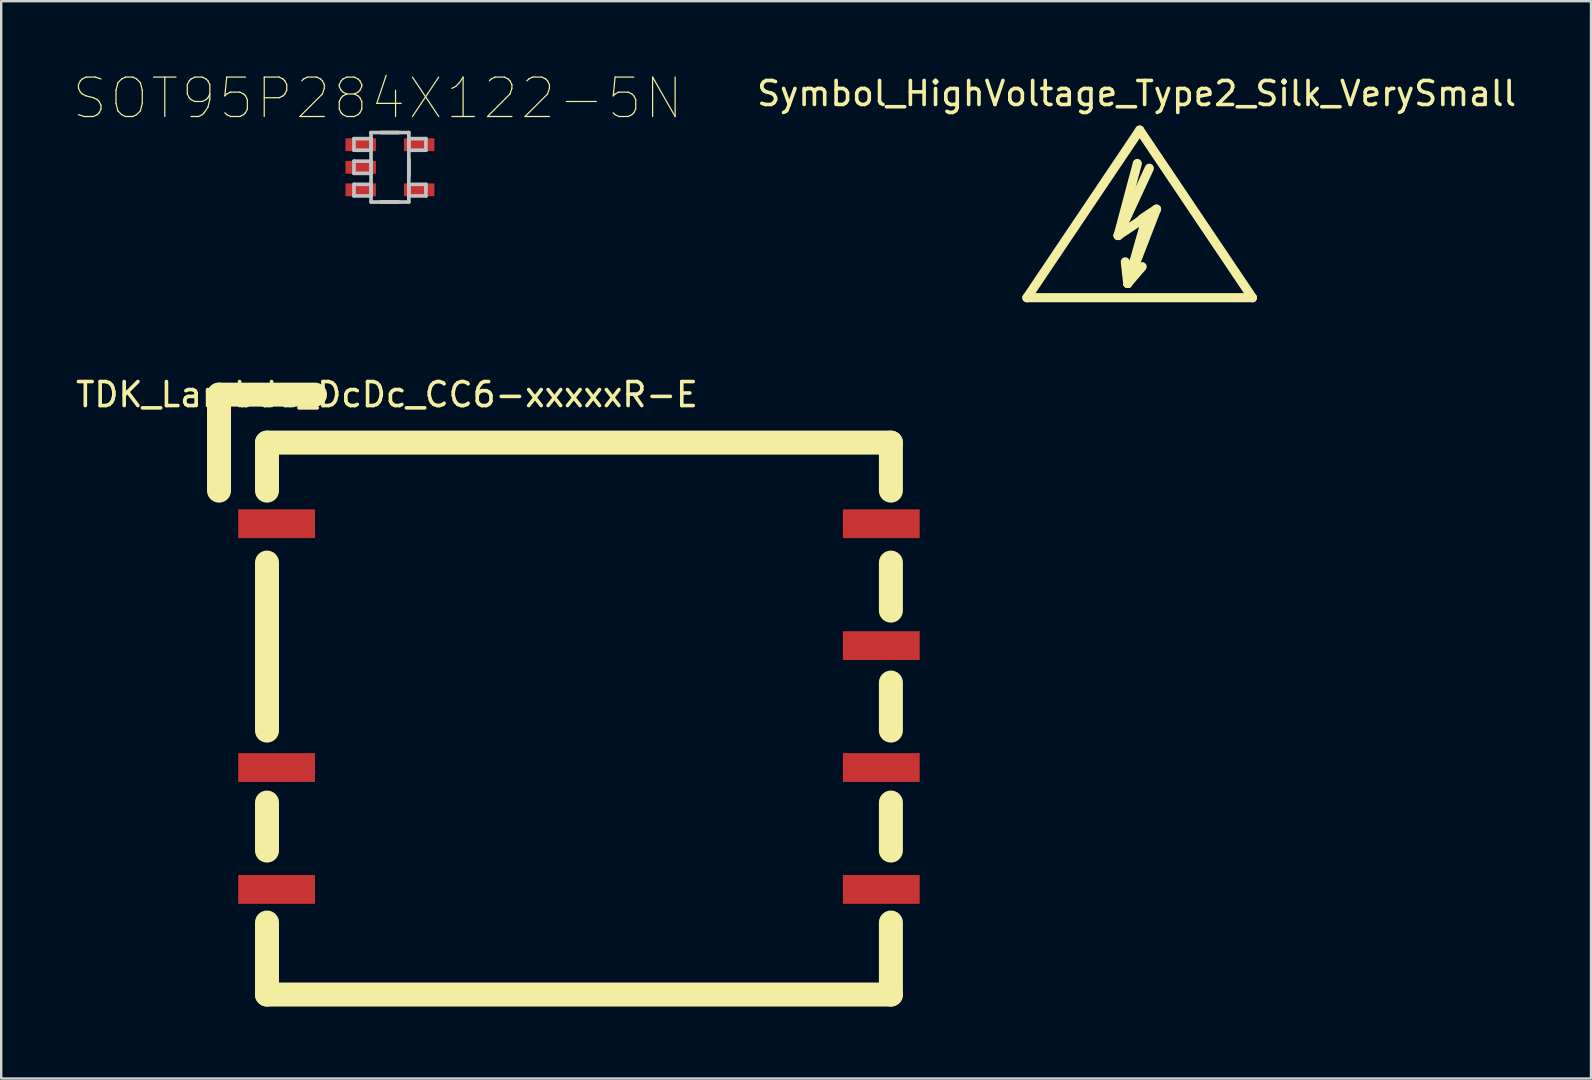
<source format=kicad_pcb>
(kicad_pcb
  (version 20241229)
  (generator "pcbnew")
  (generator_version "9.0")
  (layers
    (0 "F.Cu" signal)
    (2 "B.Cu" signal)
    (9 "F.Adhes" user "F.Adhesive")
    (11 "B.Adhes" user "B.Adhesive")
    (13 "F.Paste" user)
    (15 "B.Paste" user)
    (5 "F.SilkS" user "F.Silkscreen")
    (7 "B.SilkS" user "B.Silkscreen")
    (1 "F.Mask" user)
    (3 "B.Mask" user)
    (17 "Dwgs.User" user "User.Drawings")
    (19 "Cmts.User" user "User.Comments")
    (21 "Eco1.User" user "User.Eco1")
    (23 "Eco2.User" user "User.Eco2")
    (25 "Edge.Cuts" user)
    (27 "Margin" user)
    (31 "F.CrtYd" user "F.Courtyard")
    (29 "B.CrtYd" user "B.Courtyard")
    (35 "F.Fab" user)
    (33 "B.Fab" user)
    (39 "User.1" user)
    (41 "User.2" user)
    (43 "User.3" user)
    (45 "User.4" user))
  (footprint "Symbol_HighVoltage_Type2_Silk_VerySmall"
    (layer "F.Cu")
    (at 44.445 6.563)
    (property "Reference" "Symbol_HighVoltage_Type2_Silk_VerySmall" (at -0.127 -5.715 0) (layer "F.SilkS") (effects (font (size 1 1) (thickness 0.15))))
    (attr through_hole)
    (fp_line (start -4.699 2.794) (end 0 -4.191) (stroke (width 0.381) (type solid)) (layer "F.SilkS"))
    (fp_line (start -0.899 0.201) (end 0.3 -0.599) (stroke (width 0.381) (type solid)) (layer "F.SilkS"))
    (fp_line (start -0.899 0.201) (end 0.401 -2.601) (stroke (width 0.381) (type solid)) (layer "F.SilkS"))
    (fp_line (start -0.498 2.2) (end -0.599 1.3) (stroke (width 0.381) (type solid)) (layer "F.SilkS"))
    (fp_line (start -0.498 2.2) (end 0.102 1.501) (stroke (width 0.381) (type solid)) (layer "F.SilkS"))
    (fp_line (start -0.498 2.2) (end 0.701 -0.899) (stroke (width 0.381) (type solid)) (layer "F.SilkS"))
    (fp_line (start -0.099 -2.799) (end -0.899 0.201) (stroke (width 0.381) (type solid)) (layer "F.SilkS"))
    (fp_line (start 0 -4.191) (end 4.699 2.794) (stroke (width 0.381) (type solid)) (layer "F.SilkS"))
    (fp_line (start 0.3 -0.599) (end -0.498 2.2) (stroke (width 0.381) (type solid)) (layer "F.SilkS"))
    (fp_line (start 0.701 -0.899) (end 0.102 -0.5) (stroke (width 0.381) (type solid)) (layer "F.SilkS"))
    (fp_line (start 4.699 2.794) (end -4.699 2.794) (stroke (width 0.381) (type solid)) (layer "F.SilkS")))
  (footprint "SOT95P284X122-5N"
    (layer "F.Cu")
    (at 13.2 3.921)
    (property "Reference" "SOT95P284X122-5N" (at -0.508 -2.873 0) (layer "F.SilkS") (effects (font (size 1.642 1.642) (thickness 0.05))))
    (attr smd)
    (fp_line (start -0.356 1.448) (end 0.356 1.448) (stroke (width 0.152) (type solid)) (layer "F.SilkS"))
    (fp_line (start 0.356 -1.448) (end -0.356 -1.448) (stroke (width 0.152) (type solid)) (layer "F.SilkS"))
    (fp_line (start 0.787 0.356) (end 0.787 -0.356) (stroke (width 0.152) (type solid)) (layer "F.SilkS"))
    (fp_line (start -1.499 -1.194) (end -1.499 -0.711) (stroke (width 0.152) (type solid)) (layer "Dwgs.User"))
    (fp_line (start -1.499 -0.711) (end -0.787 -0.711) (stroke (width 0.152) (type solid)) (layer "Dwgs.User"))
    (fp_line (start -1.499 -0.254) (end -1.499 0.254) (stroke (width 0.152) (type solid)) (layer "Dwgs.User"))
    (fp_line (start -1.499 0.254) (end -0.787 0.254) (stroke (width 0.152) (type solid)) (layer "Dwgs.User"))
    (fp_line (start -1.499 0.711) (end -1.499 1.194) (stroke (width 0.152) (type solid)) (layer "Dwgs.User"))
    (fp_line (start -1.499 1.194) (end -0.787 1.194) (stroke (width 0.152) (type solid)) (layer "Dwgs.User"))
    (fp_line (start -0.787 -1.448) (end -0.787 1.448) (stroke (width 0.152) (type solid)) (layer "Dwgs.User"))
    (fp_line (start -0.787 -1.194) (end -1.499 -1.194) (stroke (width 0.152) (type solid)) (layer "Dwgs.User"))
    (fp_line (start -0.787 -0.711) (end -0.787 -1.194) (stroke (width 0.152) (type solid)) (layer "Dwgs.User"))
    (fp_line (start -0.787 -0.254) (end -1.499 -0.254) (stroke (width 0.152) (type solid)) (layer "Dwgs.User"))
    (fp_line (start -0.787 0.254) (end -0.787 -0.254) (stroke (width 0.152) (type solid)) (layer "Dwgs.User"))
    (fp_line (start -0.787 0.711) (end -1.499 0.711) (stroke (width 0.152) (type solid)) (layer "Dwgs.User"))
    (fp_line (start -0.787 1.194) (end -0.787 0.711) (stroke (width 0.152) (type solid)) (layer "Dwgs.User"))
    (fp_line (start -0.787 1.448) (end 0.787 1.448) (stroke (width 0.152) (type solid)) (layer "Dwgs.User"))
    (fp_line (start 0.787 -1.448) (end -0.787 -1.448) (stroke (width 0.152) (type solid)) (layer "Dwgs.User"))
    (fp_line (start 0.787 -1.194) (end 0.787 -0.711) (stroke (width 0.152) (type solid)) (layer "Dwgs.User"))
    (fp_line (start 0.787 -0.711) (end 1.499 -0.711) (stroke (width 0.152) (type solid)) (layer "Dwgs.User"))
    (fp_line (start 0.787 0.711) (end 0.787 1.194) (stroke (width 0.152) (type solid)) (layer "Dwgs.User"))
    (fp_line (start 0.787 1.194) (end 1.499 1.194) (stroke (width 0.152) (type solid)) (layer "Dwgs.User"))
    (fp_line (start 0.787 1.448) (end 0.787 -1.448) (stroke (width 0.152) (type solid)) (layer "Dwgs.User"))
    (fp_line (start 1.499 -1.194) (end 0.787 -1.194) (stroke (width 0.152) (type solid)) (layer "Dwgs.User"))
    (fp_line (start 1.499 -0.711) (end 1.499 -1.194) (stroke (width 0.152) (type solid)) (layer "Dwgs.User"))
    (fp_line (start 1.499 0.711) (end 0.787 0.711) (stroke (width 0.152) (type solid)) (layer "Dwgs.User"))
    (fp_line (start 1.499 1.194) (end 1.499 0.711) (stroke (width 0.152) (type solid)) (layer "Dwgs.User"))
    (pad "1" smd rect (at -1.219 -0.94) (size 1.27 0.533) (layers "F.Cu" "F.Mask" "F.Paste"))
    (pad "2" smd rect (at -1.219 0) (size 1.27 0.533) (layers "F.Cu" "F.Mask" "F.Paste"))
    (pad "3" smd rect (at -1.219 0.94) (size 1.27 0.533) (layers "F.Cu" "F.Mask" "F.Paste"))
    (pad "4" smd rect (at 1.219 0.94) (size 1.27 0.533) (layers "F.Cu" "F.Mask" "F.Paste"))
    (pad "5" smd rect (at 1.219 -0.94) (size 1.27 0.533) (layers "F.Cu" "F.Mask" "F.Paste")))
  (footprint "TDK_Lambda_DcDc_CC6-xxxxxR-E"
    (layer "F.Cu")
    (at 21.077 26.396)
    (property "Reference" "TDK_Lambda_DcDc_CC6-xxxxxR-E" (at -8 -13 0) (layer "F.SilkS") (effects (font (size 1 1) (thickness 0.15))))
    (attr through_hole)
    (fp_line (start -15 -13) (end -11 -13) (stroke (width 1) (type solid)) (layer "F.SilkS"))
    (fp_line (start -15 -9) (end -15 -13) (stroke (width 1) (type solid)) (layer "F.SilkS"))
    (fp_line (start -13 -11) (end 13 -11) (stroke (width 1) (type solid)) (layer "F.SilkS"))
    (fp_line (start -13 -9) (end -13 -11) (stroke (width 1) (type solid)) (layer "F.SilkS"))
    (fp_line (start -13 -6) (end -13 1) (stroke (width 1) (type solid)) (layer "F.SilkS"))
    (fp_line (start -13 4) (end -13 6) (stroke (width 1) (type solid)) (layer "F.SilkS"))
    (fp_line (start -13 9) (end -13 12) (stroke (width 1) (type solid)) (layer "F.SilkS"))
    (fp_line (start -13 12) (end 13 12) (stroke (width 1) (type solid)) (layer "F.SilkS"))
    (fp_line (start 13 -11) (end 13 -9) (stroke (width 1) (type solid)) (layer "F.SilkS"))
    (fp_line (start 13 -6) (end 13 -4) (stroke (width 1) (type solid)) (layer "F.SilkS"))
    (fp_line (start 13 -1) (end 13 1) (stroke (width 1) (type solid)) (layer "F.SilkS"))
    (fp_line (start 13 4) (end 13 6) (stroke (width 1) (type solid)) (layer "F.SilkS"))
    (fp_line (start 13 12) (end 13 9) (stroke (width 1) (type solid)) (layer "F.SilkS"))
    (pad "1" smd rect (at -12.6 -7.62) (size 3.2 1.2) (layers "F.Cu" "F.Mask" "F.Paste"))
    (pad "2" smd rect (at -12.6 2.54) (size 3.2 1.2) (layers "F.Cu" "F.Mask" "F.Paste"))
    (pad "3" smd rect (at -12.6 7.62) (size 3.2 1.2) (layers "F.Cu" "F.Mask" "F.Paste"))
    (pad "4" smd rect (at 12.6 7.62) (size 3.2 1.2) (layers "F.Cu" "F.Mask" "F.Paste"))
    (pad "5" smd rect (at 12.6 2.54) (size 3.2 1.2) (layers "F.Cu" "F.Mask" "F.Paste"))
    (pad "6" smd rect (at 12.6 -2.54) (size 3.2 1.2) (layers "F.Cu" "F.Mask" "F.Paste"))
    (pad "7" smd rect (at 12.6 -7.62) (size 3.2 1.2) (layers "F.Cu" "F.Mask" "F.Paste")))
  (gr_rect
    (start -3 -3)
    (end 63.253 41.896)
    (stroke (width 0.1) (type default))
    (fill no)
    (layer "Edge.Cuts")))
</source>
